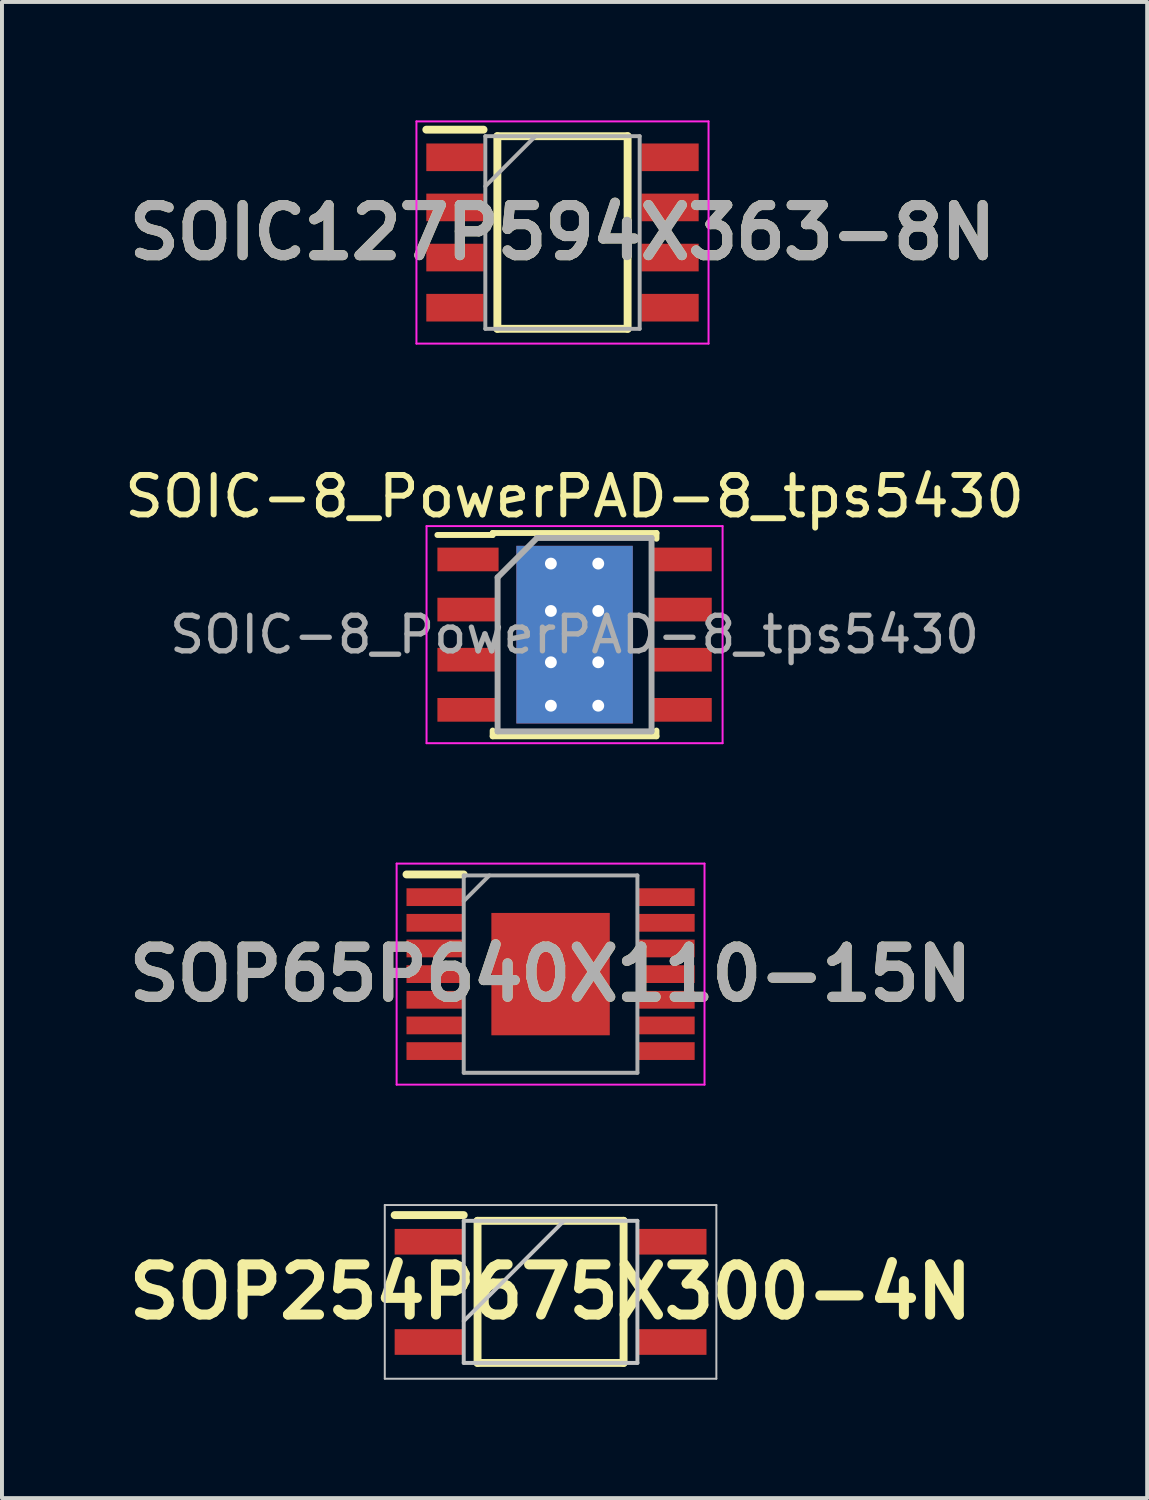
<source format=kicad_pcb>
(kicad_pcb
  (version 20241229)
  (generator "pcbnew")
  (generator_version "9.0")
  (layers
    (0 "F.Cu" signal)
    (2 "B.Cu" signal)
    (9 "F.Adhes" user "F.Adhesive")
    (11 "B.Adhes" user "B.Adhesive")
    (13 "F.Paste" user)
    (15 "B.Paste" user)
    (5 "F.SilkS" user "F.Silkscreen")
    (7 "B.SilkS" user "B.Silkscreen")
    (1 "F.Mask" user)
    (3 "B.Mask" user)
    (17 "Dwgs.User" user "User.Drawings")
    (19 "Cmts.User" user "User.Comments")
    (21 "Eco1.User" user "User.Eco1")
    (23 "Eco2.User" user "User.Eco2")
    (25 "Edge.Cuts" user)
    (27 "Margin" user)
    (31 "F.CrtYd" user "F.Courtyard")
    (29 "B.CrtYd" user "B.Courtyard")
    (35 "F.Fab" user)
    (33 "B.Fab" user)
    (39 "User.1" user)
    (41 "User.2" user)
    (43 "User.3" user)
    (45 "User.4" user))
  (footprint "SOIC-8_PowerPAD-8_tps5430"
    (layer "F.Cu")
    (at 11.506 13.028)
    (property "Reference" "SOIC-8_PowerPAD-8_tps5430" (at 0 -3.5 0) (layer "F.SilkS") (effects (font (size 1 1) (thickness 0.15))))
    (attr smd)
    (fp_line (start -2.075 -2.575) (end -2.075 -2.525) (stroke (width 0.15) (type solid)) (layer "F.SilkS"))
    (fp_line (start -2.075 -2.575) (end 2.075 -2.575) (stroke (width 0.15) (type solid)) (layer "F.SilkS"))
    (fp_line (start -2.075 -2.525) (end -3.475 -2.525) (stroke (width 0.15) (type solid)) (layer "F.SilkS"))
    (fp_line (start -2.075 2.575) (end -2.075 2.43) (stroke (width 0.15) (type solid)) (layer "F.SilkS"))
    (fp_line (start -2.075 2.575) (end 2.075 2.575) (stroke (width 0.15) (type solid)) (layer "F.SilkS"))
    (fp_line (start 2.075 -2.575) (end 2.075 -2.43) (stroke (width 0.15) (type solid)) (layer "F.SilkS"))
    (fp_line (start 2.075 2.575) (end 2.075 2.43) (stroke (width 0.15) (type solid)) (layer "F.SilkS"))
    (fp_line (start -3.75 -2.75) (end -3.75 2.75) (stroke (width 0.05) (type solid)) (layer "F.CrtYd"))
    (fp_line (start -3.75 -2.75) (end 3.75 -2.75) (stroke (width 0.05) (type solid)) (layer "F.CrtYd"))
    (fp_line (start -3.75 2.75) (end 3.75 2.75) (stroke (width 0.05) (type solid)) (layer "F.CrtYd"))
    (fp_line (start 3.75 -2.75) (end 3.75 2.75) (stroke (width 0.05) (type solid)) (layer "F.CrtYd"))
    (fp_line (start -1.95 -1.45) (end -0.95 -2.45) (stroke (width 0.15) (type solid)) (layer "F.Fab"))
    (fp_line (start -1.95 2.45) (end -1.95 -1.45) (stroke (width 0.15) (type solid)) (layer "F.Fab"))
    (fp_line (start -0.95 -2.45) (end 1.95 -2.45) (stroke (width 0.15) (type solid)) (layer "F.Fab"))
    (fp_line (start 1.95 -2.45) (end 1.95 2.45) (stroke (width 0.15) (type solid)) (layer "F.Fab"))
    (fp_line (start 1.95 2.45) (end -1.95 2.45) (stroke (width 0.15) (type solid)) (layer "F.Fab"))
    (fp_text user "${REFERENCE}" (at 0 0 0) (layer "F.Fab") (effects (font (size 0.9 0.9) (thickness 0.135))))
    (pad "1" smd rect (at -2.7 -1.905) (size 1.55 0.6) (layers "F.Cu" "F.Mask" "F.Paste"))
    (pad "2" smd rect (at -2.7 -0.635) (size 1.55 0.6) (layers "F.Cu" "F.Mask" "F.Paste"))
    (pad "3" smd rect (at -2.7 0.635) (size 1.55 0.6) (layers "F.Cu" "F.Mask" "F.Paste"))
    (pad "4" smd rect (at -2.7 1.905) (size 1.55 0.6) (layers "F.Cu" "F.Mask" "F.Paste"))
    (pad "5" smd rect (at 2.7 1.905) (size 1.55 0.6) (layers "F.Cu" "F.Mask" "F.Paste"))
    (pad "6" smd rect (at 2.7 0.635) (size 1.55 0.6) (layers "F.Cu" "F.Mask" "F.Paste"))
    (pad "7" smd rect (at 2.7 -0.635) (size 1.55 0.6) (layers "F.Cu" "F.Mask" "F.Paste"))
    (pad "8" smd rect (at 2.7 -1.905) (size 1.55 0.6) (layers "F.Cu" "F.Mask" "F.Paste"))
    (pad "9" thru_hole circle (at -0.6 -1.8) (size 0.6 0.6) (drill 0.3) (layers "*.Cu"))
    (pad "9" thru_hole circle (at -0.6 -0.6) (size 0.6 0.6) (drill 0.3) (layers "*.Cu"))
    (pad "9" thru_hole circle (at -0.6 0.7) (size 0.6 0.6) (drill 0.3) (layers "*.Cu"))
    (pad "9" thru_hole circle (at -0.6 1.8) (size 0.6 0.6) (drill 0.3) (layers "*.Cu"))
    (pad "9" smd rect (at 0 0) (size 2.6 3.1) (layers "F.Cu" "F.Mask" "F.Paste"))
    (pad "9" smd rect (at 0 0) (size 2.95 4.5) (layers "F.Cu"))
    (pad "9" smd rect (at 0 0) (size 2.95 4.5) (layers "B.Cu"))
    (pad "9" thru_hole circle (at 0.6 -1.8) (size 0.6 0.6) (drill 0.3) (layers "*.Cu"))
    (pad "9" thru_hole circle (at 0.6 -0.6) (size 0.6 0.6) (drill 0.3) (layers "*.Cu"))
    (pad "9" thru_hole circle (at 0.6 0.7) (size 0.6 0.6) (drill 0.3) (layers "*.Cu"))
    (pad "9" thru_hole circle (at 0.6 1.8) (size 0.6 0.6) (drill 0.3) (layers "*.Cu")))
  (footprint "SOP254P675X300-4N"
    (layer "F.Cu")
    (at 10.898 29.678)
    (property "Reference" "SOP254P675X300-4N" (at 0 0 0) (layer "F.SilkS") (effects (font (size 1.27 1.27) (thickness 0.254))))
    (attr smd)
    (fp_line (start -3.95 -1.945) (end -2.2 -1.945) (stroke (width 0.2) (type solid)) (layer "F.SilkS"))
    (fp_line (start -1.85 -1.8) (end 1.85 -1.8) (stroke (width 0.2) (type solid)) (layer "F.SilkS"))
    (fp_line (start -1.85 1.8) (end -1.85 -1.8) (stroke (width 0.2) (type solid)) (layer "F.SilkS"))
    (fp_line (start 1.85 -1.8) (end 1.85 1.8) (stroke (width 0.2) (type solid)) (layer "F.SilkS"))
    (fp_line (start 1.85 1.8) (end -1.85 1.8) (stroke (width 0.2) (type solid)) (layer "F.SilkS"))
    (fp_line (start -4.2 -2.2) (end 4.2 -2.2) (stroke (width 0.05) (type solid)) (layer "Dwgs.User"))
    (fp_line (start -4.2 2.2) (end -4.2 -2.2) (stroke (width 0.05) (type solid)) (layer "Dwgs.User"))
    (fp_line (start -2.2 -1.8) (end 2.2 -1.8) (stroke (width 0.1) (type solid)) (layer "Dwgs.User"))
    (fp_line (start -2.2 0.74) (end 0.34 -1.8) (stroke (width 0.1) (type solid)) (layer "Dwgs.User"))
    (fp_line (start -2.2 1.8) (end -2.2 -1.8) (stroke (width 0.1) (type solid)) (layer "Dwgs.User"))
    (fp_line (start 2.2 -1.8) (end 2.2 1.8) (stroke (width 0.1) (type solid)) (layer "Dwgs.User"))
    (fp_line (start 2.2 1.8) (end -2.2 1.8) (stroke (width 0.1) (type solid)) (layer "Dwgs.User"))
    (fp_line (start 4.2 -2.2) (end 4.2 2.2) (stroke (width 0.05) (type solid)) (layer "Dwgs.User"))
    (fp_line (start 4.2 2.2) (end -4.2 2.2) (stroke (width 0.05) (type solid)) (layer "Dwgs.User"))
    (pad "1" smd rect (at -3.075 -1.27 90) (size 0.65 1.75) (layers "F.Cu" "F.Mask" "F.Paste"))
    (pad "2" smd rect (at -3.075 1.27 90) (size 0.65 1.75) (layers "F.Cu" "F.Mask" "F.Paste"))
    (pad "3" smd rect (at 3.075 1.27 90) (size 0.65 1.75) (layers "F.Cu" "F.Mask" "F.Paste"))
    (pad "4" smd rect (at 3.075 -1.27 90) (size 0.65 1.75) (layers "F.Cu" "F.Mask" "F.Paste")))
  (footprint "SOP65P640X110-15N"
    (layer "F.Cu")
    (at 10.898 21.628)
    (property "Reference" "SOP65P640X110-15N" (at 0 0 0) (layer "F.SilkS") (effects (font (size 1.27 1.27) (thickness 0.254))))
    (attr smd)
    (fp_line (start -3.65 -2.525) (end -2.2 -2.525) (stroke (width 0.2) (type solid)) (layer "F.SilkS"))
    (fp_line (start -3.9 -2.8) (end 3.9 -2.8) (stroke (width 0.05) (type solid)) (layer "F.CrtYd"))
    (fp_line (start -3.9 2.8) (end -3.9 -2.8) (stroke (width 0.05) (type solid)) (layer "F.CrtYd"))
    (fp_line (start 3.9 -2.8) (end 3.9 2.8) (stroke (width 0.05) (type solid)) (layer "F.CrtYd"))
    (fp_line (start 3.9 2.8) (end -3.9 2.8) (stroke (width 0.05) (type solid)) (layer "F.CrtYd"))
    (fp_line (start -2.2 -2.5) (end 2.2 -2.5) (stroke (width 0.1) (type solid)) (layer "F.Fab"))
    (fp_line (start -2.2 -1.85) (end -1.55 -2.5) (stroke (width 0.1) (type solid)) (layer "F.Fab"))
    (fp_line (start -2.2 2.5) (end -2.2 -2.5) (stroke (width 0.1) (type solid)) (layer "F.Fab"))
    (fp_line (start 2.2 -2.5) (end 2.2 2.5) (stroke (width 0.1) (type solid)) (layer "F.Fab"))
    (fp_line (start 2.2 2.5) (end -2.2 2.5) (stroke (width 0.1) (type solid)) (layer "F.Fab"))
    (fp_text user "${REFERENCE}" (at 0 0 0) (layer "F.Fab") (effects (font (size 1.27 1.27) (thickness 0.254))))
    (pad "1" smd rect (at -2.925 -1.95 90) (size 0.45 1.45) (layers "F.Cu" "F.Mask" "F.Paste"))
    (pad "2" smd rect (at -2.925 -1.3 90) (size 0.45 1.45) (layers "F.Cu" "F.Mask" "F.Paste"))
    (pad "3" smd rect (at -2.925 -0.65 90) (size 0.45 1.45) (layers "F.Cu" "F.Mask" "F.Paste"))
    (pad "4" smd rect (at -2.925 0 90) (size 0.45 1.45) (layers "F.Cu" "F.Mask" "F.Paste"))
    (pad "5" smd rect (at -2.925 0.65 90) (size 0.45 1.45) (layers "F.Cu" "F.Mask" "F.Paste"))
    (pad "6" smd rect (at -2.925 1.3 90) (size 0.45 1.45) (layers "F.Cu" "F.Mask" "F.Paste"))
    (pad "7" smd rect (at -2.925 1.95 90) (size 0.45 1.45) (layers "F.Cu" "F.Mask" "F.Paste"))
    (pad "8" smd rect (at 2.925 1.95 90) (size 0.45 1.45) (layers "F.Cu" "F.Mask" "F.Paste"))
    (pad "9" smd rect (at 2.925 1.3 90) (size 0.45 1.45) (layers "F.Cu" "F.Mask" "F.Paste"))
    (pad "10" smd rect (at 2.925 0.65 90) (size 0.45 1.45) (layers "F.Cu" "F.Mask" "F.Paste"))
    (pad "11" smd rect (at 2.925 0 90) (size 0.45 1.45) (layers "F.Cu" "F.Mask" "F.Paste"))
    (pad "12" smd rect (at 2.925 -0.65 90) (size 0.45 1.45) (layers "F.Cu" "F.Mask" "F.Paste"))
    (pad "13" smd rect (at 2.925 -1.3 90) (size 0.45 1.45) (layers "F.Cu" "F.Mask" "F.Paste"))
    (pad "14" smd rect (at 2.925 -1.95 90) (size 0.45 1.45) (layers "F.Cu" "F.Mask" "F.Paste"))
    (pad "15" smd rect (at 0 0) (size 3 3.1) (layers "F.Cu" "F.Mask" "F.Paste")))
  (footprint "SOIC127P594X363-8N"
    (layer "F.Cu")
    (at 11.2 2.84)
    (property "Reference" "SOIC127P594X363-8N" (at 0 0 0) (layer "F.SilkS") (effects (font (size 1.27 1.27) (thickness 0.254))))
    (attr smd)
    (fp_line (start -3.45 -2.605) (end -2 -2.605) (stroke (width 0.2) (type solid)) (layer "F.SilkS"))
    (fp_line (start -1.65 -2.44) (end 1.65 -2.44) (stroke (width 0.2) (type solid)) (layer "F.SilkS"))
    (fp_line (start -1.65 2.44) (end -1.65 -2.44) (stroke (width 0.2) (type solid)) (layer "F.SilkS"))
    (fp_line (start 1.65 -2.44) (end 1.65 2.44) (stroke (width 0.2) (type solid)) (layer "F.SilkS"))
    (fp_line (start 1.65 2.44) (end -1.65 2.44) (stroke (width 0.2) (type solid)) (layer "F.SilkS"))
    (fp_line (start -3.7 -2.815) (end 3.7 -2.815) (stroke (width 0.05) (type solid)) (layer "F.CrtYd"))
    (fp_line (start -3.7 2.815) (end -3.7 -2.815) (stroke (width 0.05) (type solid)) (layer "F.CrtYd"))
    (fp_line (start 3.7 -2.815) (end 3.7 2.815) (stroke (width 0.05) (type solid)) (layer "F.CrtYd"))
    (fp_line (start 3.7 2.815) (end -3.7 2.815) (stroke (width 0.05) (type solid)) (layer "F.CrtYd"))
    (fp_line (start -1.955 -2.44) (end 1.955 -2.44) (stroke (width 0.1) (type solid)) (layer "F.Fab"))
    (fp_line (start -1.955 -1.17) (end -0.685 -2.44) (stroke (width 0.1) (type solid)) (layer "F.Fab"))
    (fp_line (start -1.955 2.44) (end -1.955 -2.44) (stroke (width 0.1) (type solid)) (layer "F.Fab"))
    (fp_line (start 1.955 -2.44) (end 1.955 2.44) (stroke (width 0.1) (type solid)) (layer "F.Fab"))
    (fp_line (start 1.955 2.44) (end -1.955 2.44) (stroke (width 0.1) (type solid)) (layer "F.Fab"))
    (fp_text user "${REFERENCE}" (at 0 0 0) (layer "F.Fab") (effects (font (size 1.27 1.27) (thickness 0.254))))
    (pad "1" smd rect (at -2.725 -1.905 90) (size 0.7 1.45) (layers "F.Cu" "F.Mask" "F.Paste"))
    (pad "2" smd rect (at -2.725 -0.635 90) (size 0.7 1.45) (layers "F.Cu" "F.Mask" "F.Paste"))
    (pad "3" smd rect (at -2.725 0.635 90) (size 0.7 1.45) (layers "F.Cu" "F.Mask" "F.Paste"))
    (pad "4" smd rect (at -2.725 1.905 90) (size 0.7 1.45) (layers "F.Cu" "F.Mask" "F.Paste"))
    (pad "5" smd rect (at 2.725 1.905 90) (size 0.7 1.45) (layers "F.Cu" "F.Mask" "F.Paste"))
    (pad "6" smd rect (at 2.725 0.635 90) (size 0.7 1.45) (layers "F.Cu" "F.Mask" "F.Paste"))
    (pad "7" smd rect (at 2.725 -0.635 90) (size 0.7 1.45) (layers "F.Cu" "F.Mask" "F.Paste"))
    (pad "8" smd rect (at 2.725 -1.905 90) (size 0.7 1.45) (layers "F.Cu" "F.Mask" "F.Paste")))
  (gr_rect
    (start -3 -3)
    (end 26.012 34.903)
    (stroke (width 0.1) (type default))
    (fill no)
    (layer "Edge.Cuts")))
</source>
